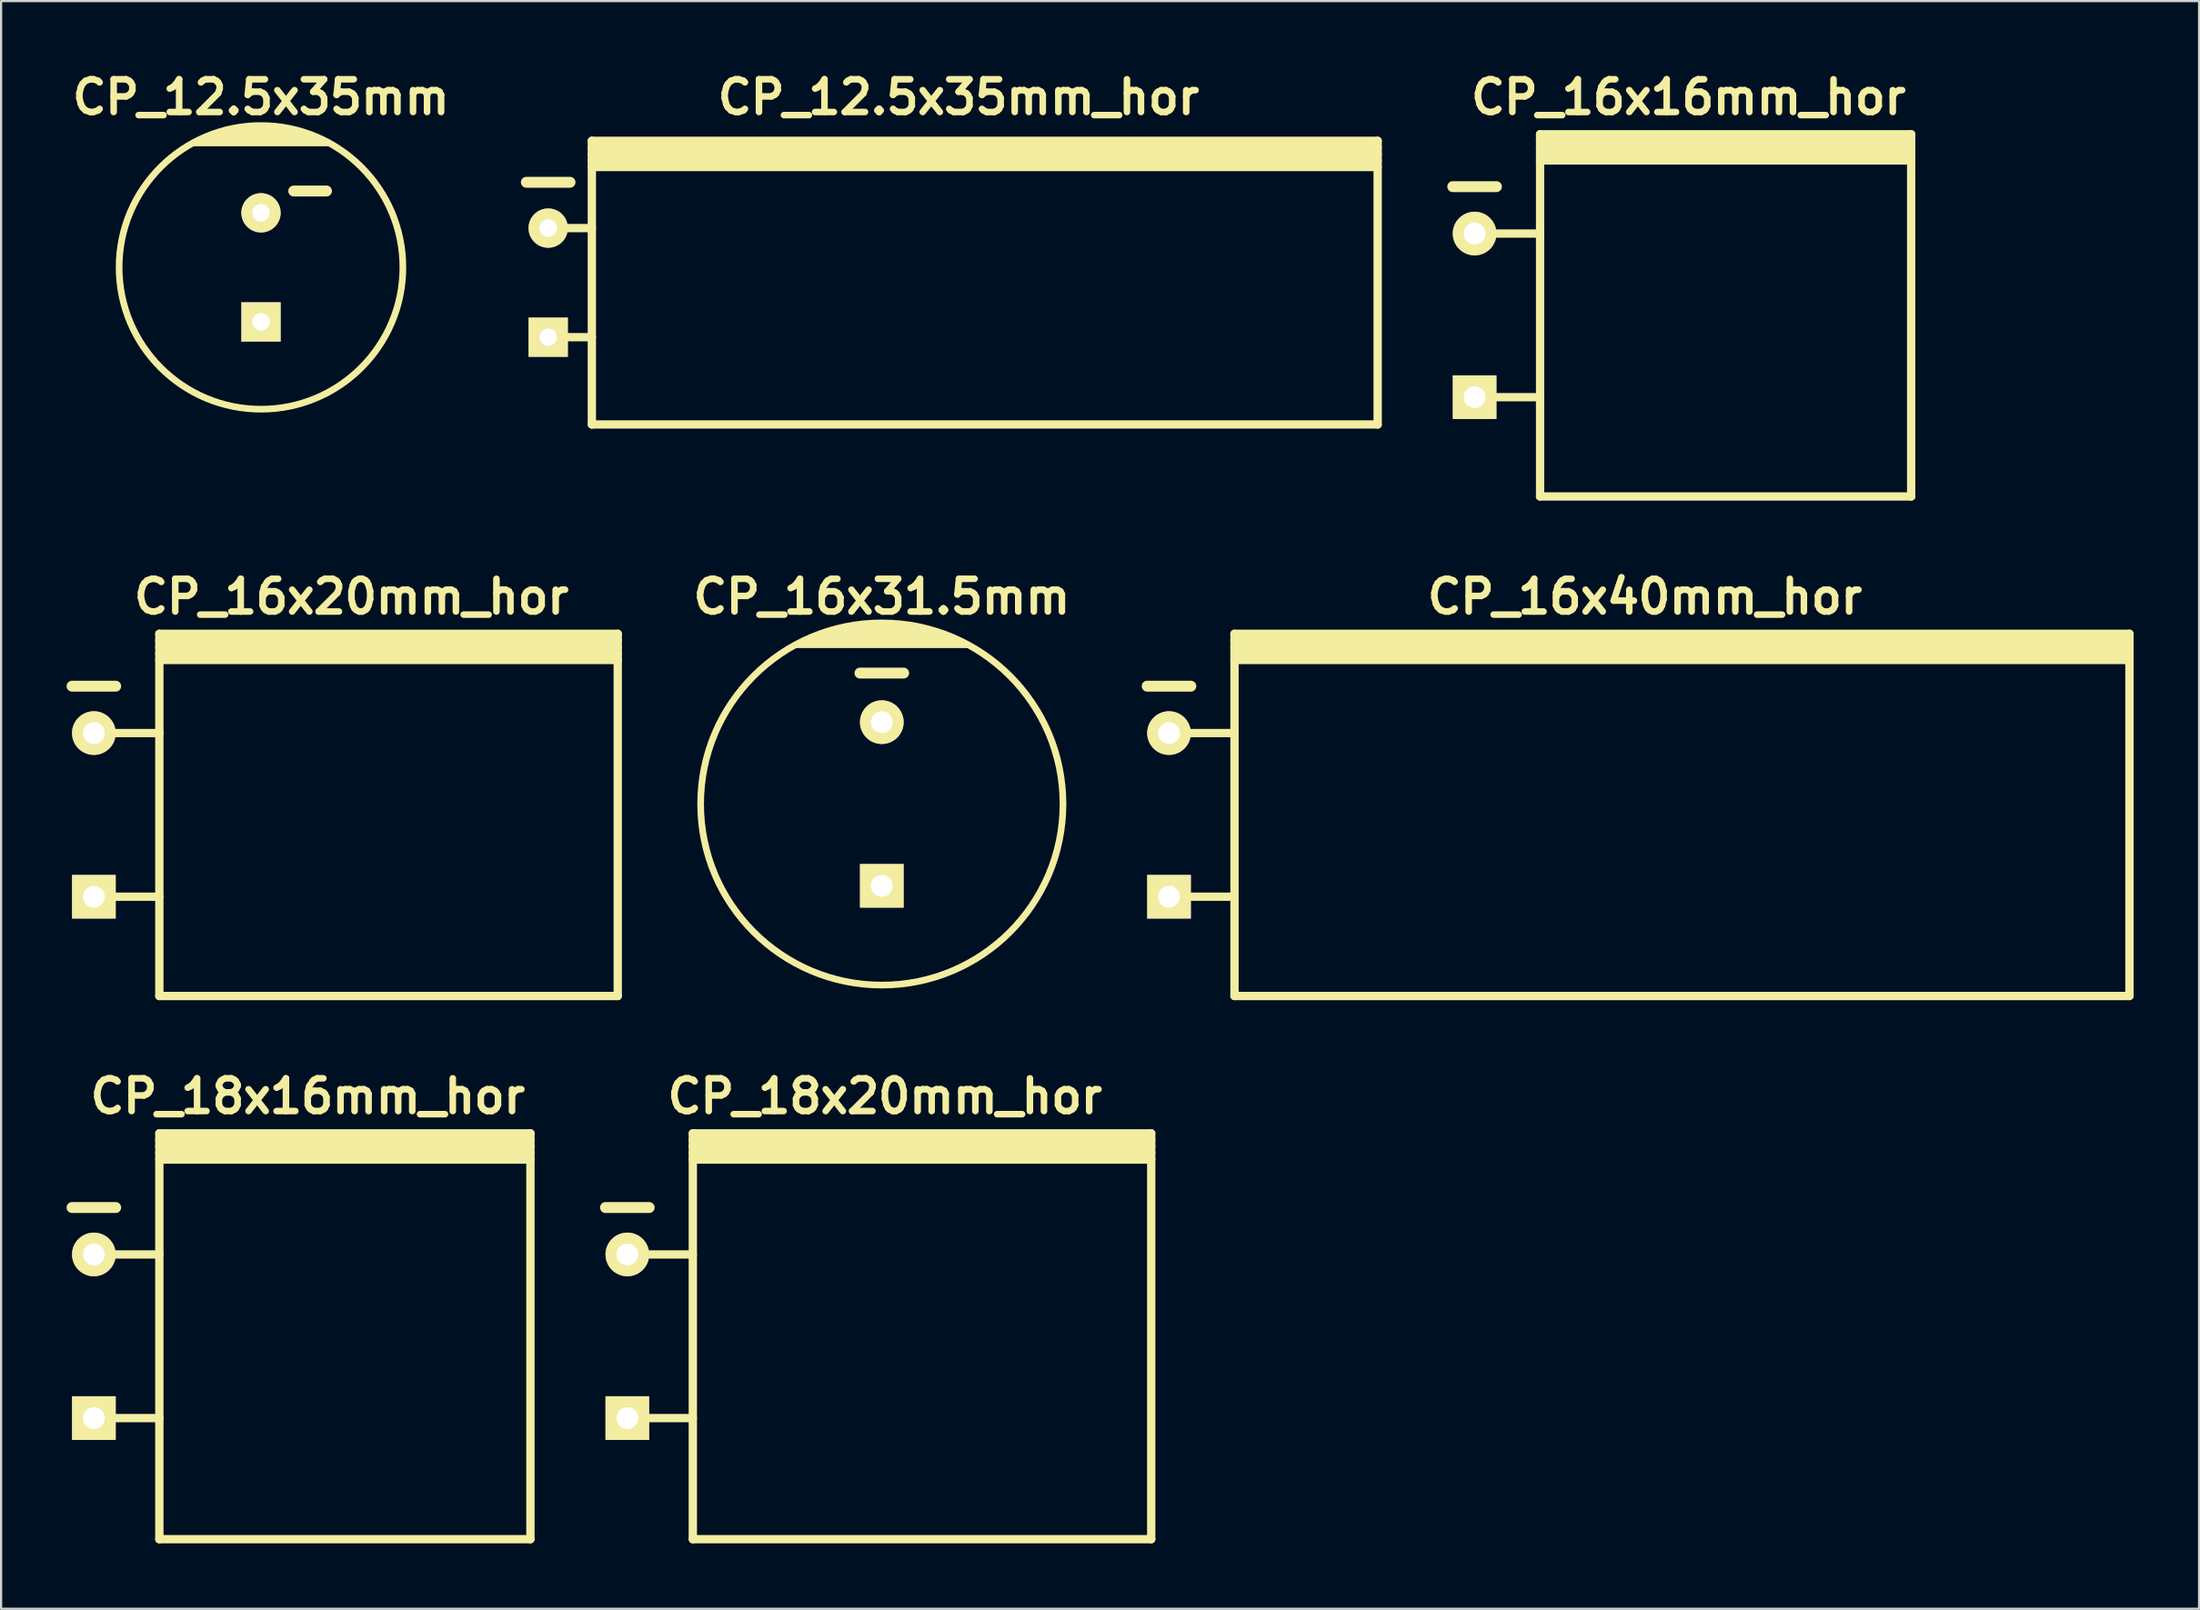
<source format=kicad_pcb>
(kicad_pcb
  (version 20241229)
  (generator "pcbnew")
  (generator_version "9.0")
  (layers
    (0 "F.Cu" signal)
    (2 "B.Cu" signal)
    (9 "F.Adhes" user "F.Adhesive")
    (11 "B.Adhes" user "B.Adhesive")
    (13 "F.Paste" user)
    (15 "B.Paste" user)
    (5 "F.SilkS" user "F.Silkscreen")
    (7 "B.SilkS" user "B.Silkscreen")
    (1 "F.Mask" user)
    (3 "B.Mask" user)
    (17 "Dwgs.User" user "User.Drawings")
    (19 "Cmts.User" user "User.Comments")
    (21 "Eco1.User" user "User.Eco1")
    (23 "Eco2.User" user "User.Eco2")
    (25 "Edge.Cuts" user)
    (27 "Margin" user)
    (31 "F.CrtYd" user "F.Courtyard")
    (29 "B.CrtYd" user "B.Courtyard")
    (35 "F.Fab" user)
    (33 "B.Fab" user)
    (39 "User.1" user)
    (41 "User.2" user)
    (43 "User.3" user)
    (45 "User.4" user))
  (footprint "CP_16x16mm_hor"
    (layer "F.Cu")
    (at 74.305 11.404)
    (property "Reference" "CP_16x16mm_hor" (at 0 -10 0) (layer "F.SilkS") (effects (font (size 1.5 1.5) (thickness 0.3))))
    (attr through_hole)
    (fp_line (start -10.8 -5.9) (end -8.8 -5.9) (stroke (width 0.5) (type solid)) (layer "F.SilkS"))
    (fp_line (start -9.8 -3.75) (end -6.8 -3.75) (stroke (width 0.381) (type solid)) (layer "F.SilkS"))
    (fp_line (start -9.8 3.75) (end -6.8 3.75) (stroke (width 0.381) (type solid)) (layer "F.SilkS"))
    (fp_line (start -6.8 -8) (end 10.2 -8) (stroke (width 0.381) (type solid)) (layer "F.SilkS"))
    (fp_line (start -6.8 -7.7) (end 10.2 -7.7) (stroke (width 0.381) (type solid)) (layer "F.SilkS"))
    (fp_line (start -6.8 -7.4) (end 10.2 -7.4) (stroke (width 0.381) (type solid)) (layer "F.SilkS"))
    (fp_line (start -6.8 -7.1) (end 10.2 -7.1) (stroke (width 0.381) (type solid)) (layer "F.SilkS"))
    (fp_line (start -6.8 8.3) (end -6.8 -8.3) (stroke (width 0.381) (type solid)) (layer "F.SilkS"))
    (fp_line (start 10.2 -8.3) (end -6.8 -8.3) (stroke (width 0.381) (type solid)) (layer "F.SilkS"))
    (fp_line (start 10.2 -8.3) (end 10.2 8.3) (stroke (width 0.381) (type solid)) (layer "F.SilkS"))
    (fp_line (start 10.2 8.3) (end -6.8 8.3) (stroke (width 0.381) (type solid)) (layer "F.SilkS"))
    (pad "1" thru_hole rect (at -9.8 3.75) (size 2 2) (drill 1) (layers "*.Cu" "*.Mask" "F.SilkS"))
    (pad "2" thru_hole circle (at -9.8 -3.75) (size 2 2) (drill 1) (layers "*.Cu" "*.Mask" "F.SilkS")))
  (footprint "CP_16x40mm_hor"
    (layer "F.Cu")
    (at 72.305 34.298)
    (property "Reference" "CP_16x40mm_hor" (at 0 -10 0) (layer "F.SilkS") (effects (font (size 1.5 1.5) (thickness 0.3))))
    (attr through_hole)
    (fp_line (start -22.8 -5.9) (end -20.8 -5.9) (stroke (width 0.5) (type solid)) (layer "F.SilkS"))
    (fp_line (start -21.8 -3.75) (end -18.8 -3.75) (stroke (width 0.381) (type solid)) (layer "F.SilkS"))
    (fp_line (start -21.8 3.75) (end -18.8 3.75) (stroke (width 0.381) (type solid)) (layer "F.SilkS"))
    (fp_line (start -18.8 -8) (end 22.2 -8) (stroke (width 0.381) (type solid)) (layer "F.SilkS"))
    (fp_line (start -18.8 -7.7) (end 22.2 -7.7) (stroke (width 0.381) (type solid)) (layer "F.SilkS"))
    (fp_line (start -18.8 -7.4) (end 22.2 -7.4) (stroke (width 0.381) (type solid)) (layer "F.SilkS"))
    (fp_line (start -18.8 -7.1) (end 22.2 -7.1) (stroke (width 0.381) (type solid)) (layer "F.SilkS"))
    (fp_line (start -18.8 8.3) (end -18.8 -8.3) (stroke (width 0.381) (type solid)) (layer "F.SilkS"))
    (fp_line (start 22.2 -8.3) (end -18.8 -8.3) (stroke (width 0.381) (type solid)) (layer "F.SilkS"))
    (fp_line (start 22.2 -8.3) (end 22.2 8.3) (stroke (width 0.381) (type solid)) (layer "F.SilkS"))
    (fp_line (start 22.2 8.3) (end -18.8 8.3) (stroke (width 0.381) (type solid)) (layer "F.SilkS"))
    (pad "1" thru_hole rect (at -21.8 3.75) (size 2 2) (drill 1) (layers "*.Cu" "*.Mask" "F.SilkS"))
    (pad "2" thru_hole circle (at -21.8 -3.75) (size 2 2) (drill 1) (layers "*.Cu" "*.Mask" "F.SilkS")))
  (footprint "CP_16x31.5mm"
    (layer "F.Cu")
    (at 37.348 33.798)
    (property "Reference" "CP_16x31.5mm" (at 0 -9.5 0) (layer "F.SilkS") (effects (font (size 1.5 1.5) (thickness 0.3))))
    (attr through_hole)
    (fp_line (start -3.4 -7.5) (end 3.4 -7.5) (stroke (width 0.305) (type solid)) (layer "F.SilkS"))
    (fp_line (start -2.4 -7.9) (end 2.4 -7.9) (stroke (width 0.305) (type solid)) (layer "F.SilkS"))
    (fp_line (start -1.7 -8.1) (end 1.7 -8.1) (stroke (width 0.305) (type solid)) (layer "F.SilkS"))
    (fp_line (start -1 -6) (end 1 -6) (stroke (width 0.5) (type solid)) (layer "F.SilkS"))
    (fp_line (start 3 -7.7) (end -2.9 -7.7) (stroke (width 0.305) (type solid)) (layer "F.SilkS"))
    (fp_line (start 3.9 -7.3) (end -3.9 -7.3) (stroke (width 0.305) (type solid)) (layer "F.SilkS"))
    (fp_circle (center 0 0) (end -8.3 0) (stroke (width 0.305) (type solid)) (fill no) (layer "F.SilkS"))
    (pad "1" thru_hole rect (at 0 3.75) (size 2 2) (drill 1) (layers "*.Cu" "*.Mask" "F.SilkS"))
    (pad "2" thru_hole circle (at 0 -3.75) (size 2 2) (drill 1) (layers "*.Cu" "*.Mask" "F.SilkS")))
  (footprint "CP_16x20mm_hor"
    (layer "F.Cu")
    (at 13.05 34.298)
    (property "Reference" "CP_16x20mm_hor" (at 0 -10 0) (layer "F.SilkS") (effects (font (size 1.5 1.5) (thickness 0.3))))
    (attr through_hole)
    (fp_line (start -12.8 -5.9) (end -10.8 -5.9) (stroke (width 0.5) (type solid)) (layer "F.SilkS"))
    (fp_line (start -11.8 -3.75) (end -8.8 -3.75) (stroke (width 0.381) (type solid)) (layer "F.SilkS"))
    (fp_line (start -11.8 3.75) (end -8.8 3.75) (stroke (width 0.381) (type solid)) (layer "F.SilkS"))
    (fp_line (start -8.8 -8) (end 12.2 -8) (stroke (width 0.381) (type solid)) (layer "F.SilkS"))
    (fp_line (start -8.8 -7.7) (end 12.2 -7.7) (stroke (width 0.381) (type solid)) (layer "F.SilkS"))
    (fp_line (start -8.8 -7.4) (end 12.2 -7.4) (stroke (width 0.381) (type solid)) (layer "F.SilkS"))
    (fp_line (start -8.8 -7.1) (end 12.2 -7.1) (stroke (width 0.381) (type solid)) (layer "F.SilkS"))
    (fp_line (start -8.8 8.3) (end -8.8 -8.3) (stroke (width 0.381) (type solid)) (layer "F.SilkS"))
    (fp_line (start 12.2 -8.3) (end -8.8 -8.3) (stroke (width 0.381) (type solid)) (layer "F.SilkS"))
    (fp_line (start 12.2 -8.3) (end 12.2 8.3) (stroke (width 0.381) (type solid)) (layer "F.SilkS"))
    (fp_line (start 12.2 8.3) (end -8.8 8.3) (stroke (width 0.381) (type solid)) (layer "F.SilkS"))
    (pad "1" thru_hole rect (at -11.8 3.75) (size 2 2) (drill 1) (layers "*.Cu" "*.Mask" "F.SilkS"))
    (pad "2" thru_hole circle (at -11.8 -3.75) (size 2 2) (drill 1) (layers "*.Cu" "*.Mask" "F.SilkS")))
  (footprint "CP_18x16mm_hor"
    (layer "F.Cu")
    (at 11.05 58.193)
    (property "Reference" "CP_18x16mm_hor" (at 0 -11 0) (layer "F.SilkS") (effects (font (size 1.5 1.5) (thickness 0.3))))
    (attr through_hole)
    (fp_line (start -10.8 -5.9) (end -8.8 -5.9) (stroke (width 0.5) (type solid)) (layer "F.SilkS"))
    (fp_line (start -9.8 -3.75) (end -6.8 -3.75) (stroke (width 0.381) (type solid)) (layer "F.SilkS"))
    (fp_line (start -9.8 3.75) (end -6.8 3.75) (stroke (width 0.381) (type solid)) (layer "F.SilkS"))
    (fp_line (start -6.8 -9) (end 10.2 -9) (stroke (width 0.381) (type solid)) (layer "F.SilkS"))
    (fp_line (start -6.8 -8.7) (end 10.2 -8.7) (stroke (width 0.381) (type solid)) (layer "F.SilkS"))
    (fp_line (start -6.8 -8.4) (end 10.2 -8.4) (stroke (width 0.381) (type solid)) (layer "F.SilkS"))
    (fp_line (start -6.8 -8.1) (end 10.2 -8.1) (stroke (width 0.381) (type solid)) (layer "F.SilkS"))
    (fp_line (start -6.8 9.3) (end -6.8 -9.3) (stroke (width 0.381) (type solid)) (layer "F.SilkS"))
    (fp_line (start 10.2 -9.3) (end -6.8 -9.3) (stroke (width 0.381) (type solid)) (layer "F.SilkS"))
    (fp_line (start 10.2 -9.3) (end 10.2 9.3) (stroke (width 0.381) (type solid)) (layer "F.SilkS"))
    (fp_line (start 10.2 9.3) (end -6.8 9.3) (stroke (width 0.381) (type solid)) (layer "F.SilkS"))
    (pad "1" thru_hole rect (at -9.8 3.75) (size 2 2) (drill 1) (layers "*.Cu" "*.Mask" "F.SilkS"))
    (pad "2" thru_hole circle (at -9.8 -3.75) (size 2 2) (drill 1) (layers "*.Cu" "*.Mask" "F.SilkS")))
  (footprint "CP_18x20mm_hor"
    (layer "F.Cu")
    (at 37.49 58.193)
    (property "Reference" "CP_18x20mm_hor" (at 0 -11 0) (layer "F.SilkS") (effects (font (size 1.5 1.5) (thickness 0.3))))
    (attr through_hole)
    (fp_line (start -12.8 -5.9) (end -10.8 -5.9) (stroke (width 0.5) (type solid)) (layer "F.SilkS"))
    (fp_line (start -11.8 -3.75) (end -8.8 -3.75) (stroke (width 0.381) (type solid)) (layer "F.SilkS"))
    (fp_line (start -11.8 3.75) (end -8.8 3.75) (stroke (width 0.381) (type solid)) (layer "F.SilkS"))
    (fp_line (start -8.8 -9) (end 12.2 -9) (stroke (width 0.381) (type solid)) (layer "F.SilkS"))
    (fp_line (start -8.8 -8.7) (end 12.2 -8.7) (stroke (width 0.381) (type solid)) (layer "F.SilkS"))
    (fp_line (start -8.8 -8.4) (end 12.2 -8.4) (stroke (width 0.381) (type solid)) (layer "F.SilkS"))
    (fp_line (start -8.8 -8.1) (end 12.2 -8.1) (stroke (width 0.381) (type solid)) (layer "F.SilkS"))
    (fp_line (start -8.8 9.3) (end -8.8 -9.3) (stroke (width 0.381) (type solid)) (layer "F.SilkS"))
    (fp_line (start 12.2 -9.3) (end -8.8 -9.3) (stroke (width 0.381) (type solid)) (layer "F.SilkS"))
    (fp_line (start 12.2 -9.3) (end 12.2 9.3) (stroke (width 0.381) (type solid)) (layer "F.SilkS"))
    (fp_line (start 12.2 9.3) (end -8.8 9.3) (stroke (width 0.381) (type solid)) (layer "F.SilkS"))
    (pad "1" thru_hole rect (at -11.8 3.75) (size 2 2) (drill 1) (layers "*.Cu" "*.Mask" "F.SilkS"))
    (pad "2" thru_hole circle (at -11.8 -3.75) (size 2 2) (drill 1) (layers "*.Cu" "*.Mask" "F.SilkS")))
  (footprint "CP_12.5x35mm_hor"
    (layer "F.Cu")
    (at 40.864 9.904)
    (property "Reference" "CP_12.5x35mm_hor" (at 0 -8.5 0) (layer "F.SilkS") (effects (font (size 1.5 1.5) (thickness 0.3))))
    (attr through_hole)
    (fp_line (start -19.8 -4.6) (end -17.8 -4.6) (stroke (width 0.5) (type solid)) (layer "F.SilkS"))
    (fp_line (start -18.8 -2.5) (end -16.8 -2.5) (stroke (width 0.381) (type solid)) (layer "F.SilkS"))
    (fp_line (start -18.8 2.5) (end -16.8 2.5) (stroke (width 0.381) (type solid)) (layer "F.SilkS"))
    (fp_line (start -16.8 -6.2) (end 19.2 -6.2) (stroke (width 0.381) (type solid)) (layer "F.SilkS"))
    (fp_line (start -16.8 -5.9) (end 19.2 -5.9) (stroke (width 0.381) (type solid)) (layer "F.SilkS"))
    (fp_line (start -16.8 -5.6) (end 19.2 -5.6) (stroke (width 0.381) (type solid)) (layer "F.SilkS"))
    (fp_line (start -16.8 -5.3) (end 19.2 -5.3) (stroke (width 0.381) (type solid)) (layer "F.SilkS"))
    (fp_line (start -16.8 6.5) (end -16.8 -6.5) (stroke (width 0.381) (type solid)) (layer "F.SilkS"))
    (fp_line (start 19.2 -6.5) (end -16.8 -6.5) (stroke (width 0.381) (type solid)) (layer "F.SilkS"))
    (fp_line (start 19.2 -6.5) (end 19.2 6.5) (stroke (width 0.381) (type solid)) (layer "F.SilkS"))
    (fp_line (start 19.2 6.5) (end -16.8 6.5) (stroke (width 0.381) (type solid)) (layer "F.SilkS"))
    (pad "1" thru_hole rect (at -18.8 2.5) (size 1.8 1.8) (drill 0.8) (layers "*.Cu" "*.Mask" "F.SilkS"))
    (pad "2" thru_hole circle (at -18.8 -2.5) (size 1.8 1.8) (drill 0.8) (layers "*.Cu" "*.Mask" "F.SilkS")))
  (footprint "CP_12.5x35mm"
    (layer "F.Cu")
    (at 8.907 9.204)
    (property "Reference" "CP_12.5x35mm" (at 0 -7.8 0) (layer "F.SilkS") (effects (font (size 1.5 1.5) (thickness 0.3))))
    (attr through_hole)
    (fp_line (start -3.1 -5.7) (end 3.1 -5.7) (stroke (width 0.305) (type solid)) (layer "F.SilkS"))
    (fp_line (start -1.4 -6.3) (end 1.4 -6.3) (stroke (width 0.305) (type solid)) (layer "F.SilkS"))
    (fp_line (start 1.5 -3.5) (end 3 -3.5) (stroke (width 0.5) (type solid)) (layer "F.SilkS"))
    (fp_line (start 2 -6.1) (end -2 -6.1) (stroke (width 0.305) (type solid)) (layer "F.SilkS"))
    (fp_line (start 2.4 -5.9) (end -2.4 -5.9) (stroke (width 0.305) (type solid)) (layer "F.SilkS"))
    (fp_circle (center 0 0) (end -6.5 0) (stroke (width 0.305) (type solid)) (fill no) (layer "F.SilkS"))
    (pad "1" thru_hole rect (at 0 2.5) (size 1.8 1.8) (drill 0.8) (layers "*.Cu" "*.Mask" "F.SilkS"))
    (pad "2" thru_hole circle (at 0 -2.5) (size 1.8 1.8) (drill 0.8) (layers "*.Cu" "*.Mask" "F.SilkS")))
  (gr_rect
    (start -3 -3)
    (end 97.695 70.683)
    (stroke (width 0.1) (type default))
    (fill no)
    (layer "Edge.Cuts")))
</source>
